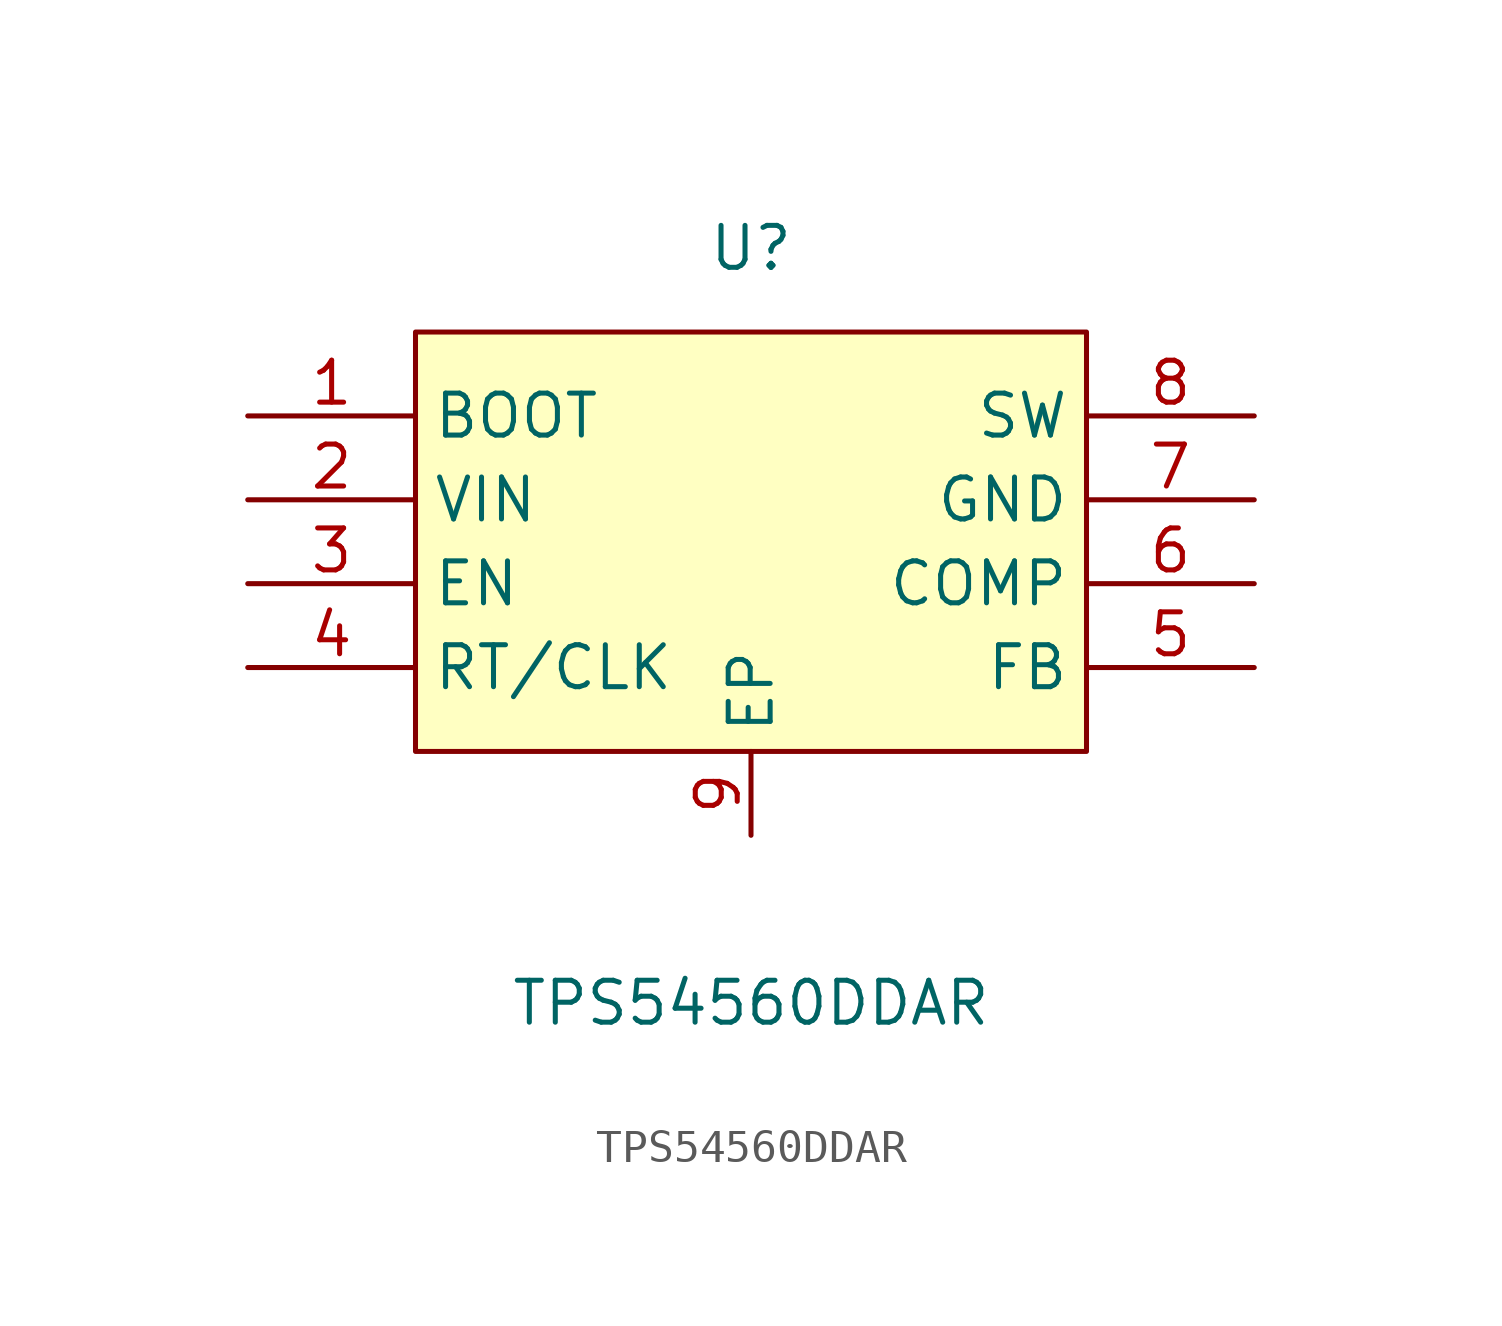
<source format=kicad_sym>
(kicad_symbol_lib
  (version 1)
  (generator "faebryk")
  (symbol "TPS54560DDAR"
    (property "Reference" "U"
      (at 0 8.89 0)
      (effects (font (size 1.27 1.27)) (hide no)))
    (property "Value" "TPS54560DDAR"
      (at 0 -13.97 0)
      (effects (font (size 1.27 1.27)) (hide no)))
    (symbol "TPS54560DDAR_0_1"
      (rectangle (start -10.16 6.35) (end 10.16 -6.35) (stroke (width 0) (type default) (color 0 0 0 0)) (fill (type background)))
      (pin unspecified line (at -15.24 3.81 0) (length 5.08) (name "BOOT" (effects (font (size 1.27 1.27)) (hide no))) (number "1" (effects (font (size 1.27 1.27)) (hide no))))
      (pin unspecified line (at -15.24 1.27 0) (length 5.08) (name "VIN" (effects (font (size 1.27 1.27)) (hide no))) (number "2" (effects (font (size 1.27 1.27)) (hide no))))
      (pin unspecified line (at -15.24 -1.27 0) (length 5.08) (name "EN" (effects (font (size 1.27 1.27)) (hide no))) (number "3" (effects (font (size 1.27 1.27)) (hide no))))
      (pin unspecified line (at -15.24 -3.81 0) (length 5.08) (name "RT/CLK" (effects (font (size 1.27 1.27)) (hide no))) (number "4" (effects (font (size 1.27 1.27)) (hide no))))
      (pin unspecified line (at 15.24 -3.81 180) (length 5.08) (name "FB" (effects (font (size 1.27 1.27)) (hide no))) (number "5" (effects (font (size 1.27 1.27)) (hide no))))
      (pin unspecified line (at 15.24 -1.27 180) (length 5.08) (name "COMP" (effects (font (size 1.27 1.27)) (hide no))) (number "6" (effects (font (size 1.27 1.27)) (hide no))))
      (pin unspecified line (at 15.24 1.27 180) (length 5.08) (name "GND" (effects (font (size 1.27 1.27)) (hide no))) (number "7" (effects (font (size 1.27 1.27)) (hide no))))
      (pin unspecified line (at 15.24 3.81 180) (length 5.08) (name "SW" (effects (font (size 1.27 1.27)) (hide no))) (number "8" (effects (font (size 1.27 1.27)) (hide no))))
      (pin unspecified line (at 0 -8.89 90) (length 2.54) (name "EP" (effects (font (size 1.27 1.27)) (hide no))) (number "9" (effects (font (size 1.27 1.27)) (hide no)))))))
</source>
